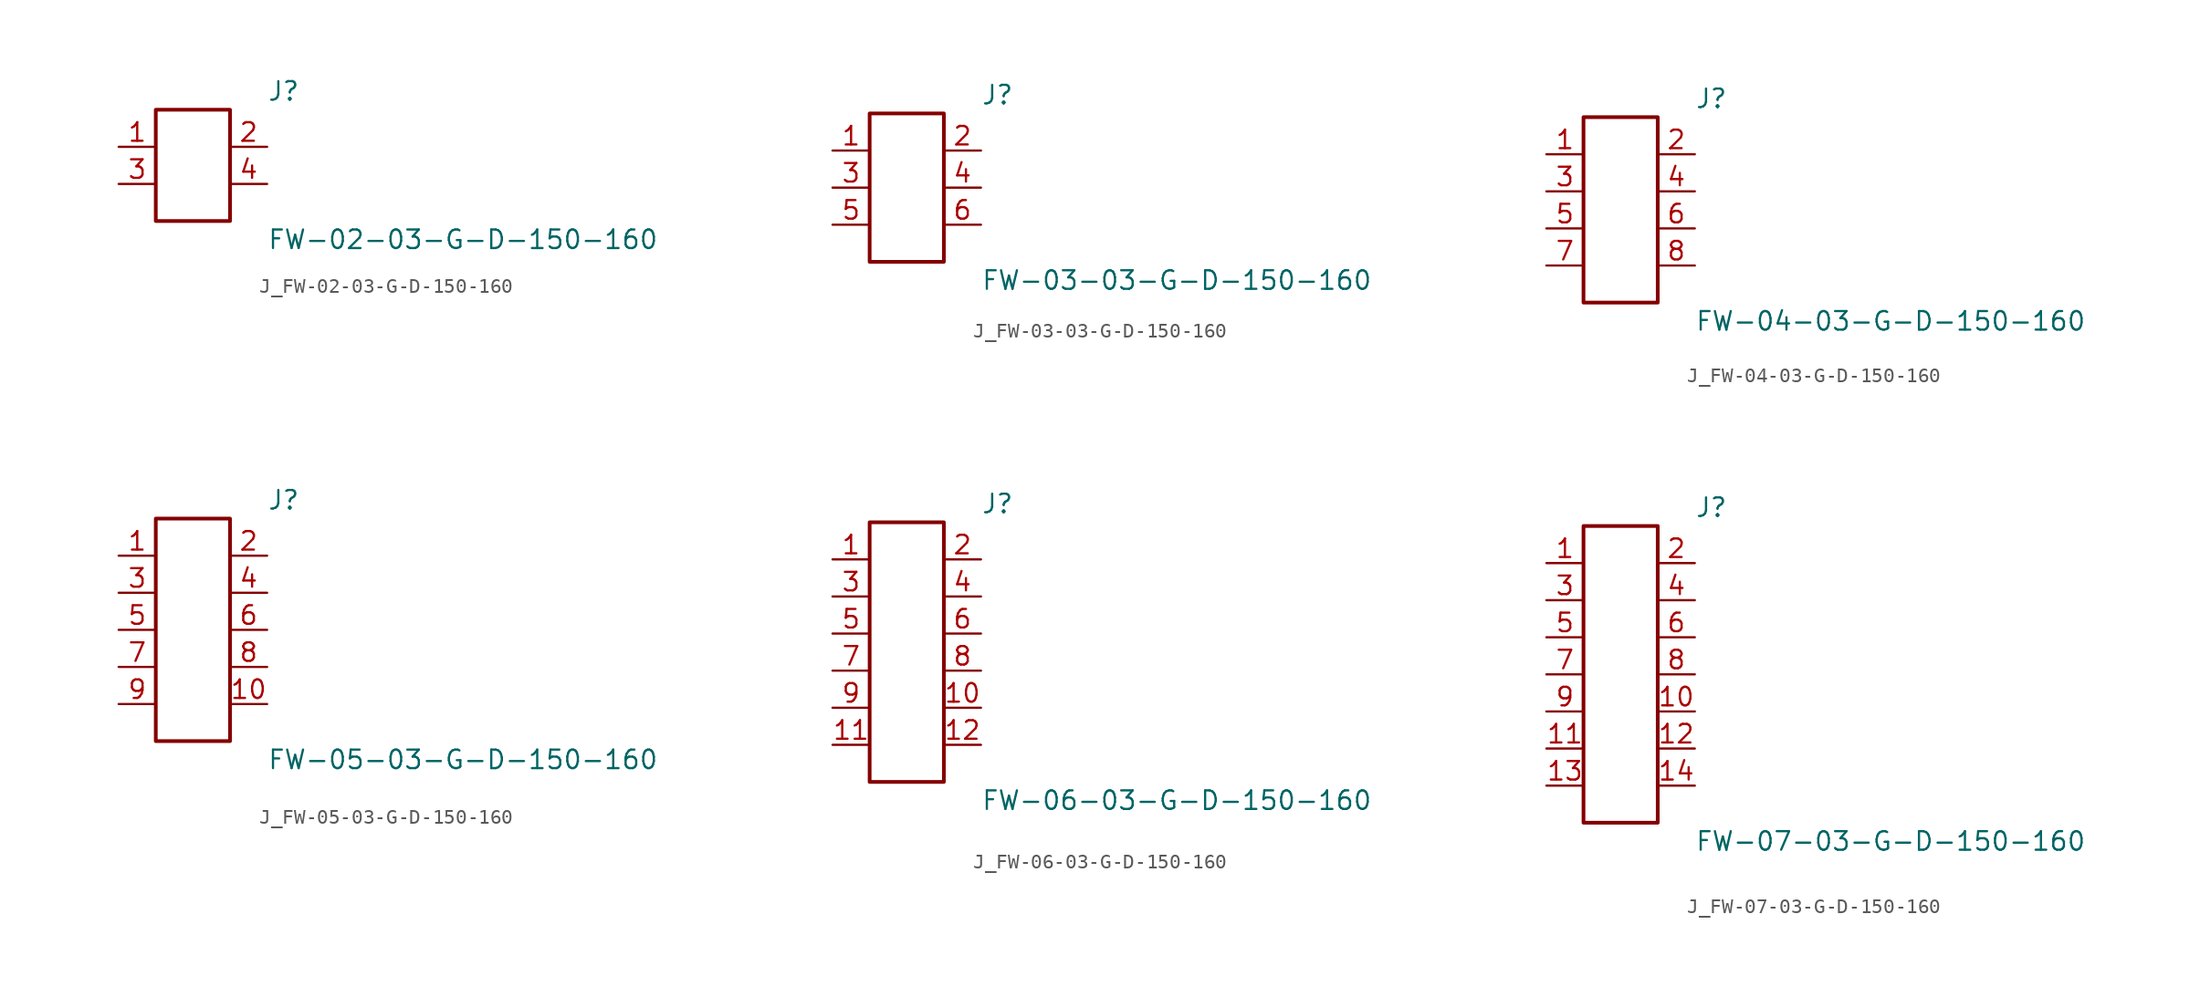
<source format=kicad_sym>
(kicad_symbol_lib
  (version 20231120)
  (generator kicad_symbol_editor)
  (generator_version 8.0)
  (symbol "J_FW-02-03-G-D-150-160"
    (pin_names
      (offset 0.254))
    (property "Reference" "J"
      (at 5.08 5.08 0)
      (effects (font (size 1.27 1.27)) (justify left)))
    (property "Value" "FW-02-03-G-D-150-160"
      (at 5.08 -5.08 0)
      (effects (font (size 1.27 1.27)) (justify left)))
    (symbol "J_FW-02-03-G-D-150-160_0_0"
      (pin passive line (at -5.08 1.27 0) (length 2.54) (name "" (effects (font (size 1.27 1.27)))) (number "1" (effects (font (size 1.27 1.27)))))
      (pin passive line (at 5.08 1.27 180) (length 2.54) (name "" (effects (font (size 1.27 1.27)))) (number "2" (effects (font (size 1.27 1.27)))))
      (pin passive line (at -5.08 -1.27 0) (length 2.54) (name "" (effects (font (size 1.27 1.27)))) (number "3" (effects (font (size 1.27 1.27)))))
      (pin passive line (at 5.08 -1.27 180) (length 2.54) (name "" (effects (font (size 1.27 1.27)))) (number "4" (effects (font (size 1.27 1.27))))))
    (symbol "J_FW-02-03-G-D-150-160_1_0"
      (rectangle (start -2.54 3.81) (end 2.54 -3.81) (stroke (width 0.254) (type solid)) (fill (type none)))))
  (symbol "J_FW-03-03-G-D-150-160"
    (pin_names
      (offset 0.254))
    (property "Reference" "J"
      (at 5.08 6.35 0)
      (effects (font (size 1.27 1.27)) (justify left)))
    (property "Value" "FW-03-03-G-D-150-160"
      (at 5.08 -6.35 0)
      (effects (font (size 1.27 1.27)) (justify left)))
    (symbol "J_FW-03-03-G-D-150-160_0_0"
      (pin passive line (at -5.08 2.54 0) (length 2.54) (name "" (effects (font (size 1.27 1.27)))) (number "1" (effects (font (size 1.27 1.27)))))
      (pin passive line (at 5.08 2.54 180) (length 2.54) (name "" (effects (font (size 1.27 1.27)))) (number "2" (effects (font (size 1.27 1.27)))))
      (pin passive line (at -5.08 0.0 0) (length 2.54) (name "" (effects (font (size 1.27 1.27)))) (number "3" (effects (font (size 1.27 1.27)))))
      (pin passive line (at 5.08 0.0 180) (length 2.54) (name "" (effects (font (size 1.27 1.27)))) (number "4" (effects (font (size 1.27 1.27)))))
      (pin passive line (at -5.08 -2.54 0) (length 2.54) (name "" (effects (font (size 1.27 1.27)))) (number "5" (effects (font (size 1.27 1.27)))))
      (pin passive line (at 5.08 -2.54 180) (length 2.54) (name "" (effects (font (size 1.27 1.27)))) (number "6" (effects (font (size 1.27 1.27))))))
    (symbol "J_FW-03-03-G-D-150-160_1_0"
      (rectangle (start -2.54 5.08) (end 2.54 -5.08) (stroke (width 0.254) (type solid)) (fill (type none)))))
  (symbol "J_FW-04-03-G-D-150-160"
    (pin_names
      (offset 0.254))
    (property "Reference" "J"
      (at 5.08 7.62 0)
      (effects (font (size 1.27 1.27)) (justify left)))
    (property "Value" "FW-04-03-G-D-150-160"
      (at 5.08 -7.62 0)
      (effects (font (size 1.27 1.27)) (justify left)))
    (symbol "J_FW-04-03-G-D-150-160_0_0"
      (pin passive line (at -5.08 3.81 0) (length 2.54) (name "" (effects (font (size 1.27 1.27)))) (number "1" (effects (font (size 1.27 1.27)))))
      (pin passive line (at 5.08 3.81 180) (length 2.54) (name "" (effects (font (size 1.27 1.27)))) (number "2" (effects (font (size 1.27 1.27)))))
      (pin passive line (at -5.08 1.27 0) (length 2.54) (name "" (effects (font (size 1.27 1.27)))) (number "3" (effects (font (size 1.27 1.27)))))
      (pin passive line (at 5.08 1.27 180) (length 2.54) (name "" (effects (font (size 1.27 1.27)))) (number "4" (effects (font (size 1.27 1.27)))))
      (pin passive line (at -5.08 -1.27 0) (length 2.54) (name "" (effects (font (size 1.27 1.27)))) (number "5" (effects (font (size 1.27 1.27)))))
      (pin passive line (at 5.08 -1.27 180) (length 2.54) (name "" (effects (font (size 1.27 1.27)))) (number "6" (effects (font (size 1.27 1.27)))))
      (pin passive line (at -5.08 -3.81 0) (length 2.54) (name "" (effects (font (size 1.27 1.27)))) (number "7" (effects (font (size 1.27 1.27)))))
      (pin passive line (at 5.08 -3.81 180) (length 2.54) (name "" (effects (font (size 1.27 1.27)))) (number "8" (effects (font (size 1.27 1.27))))))
    (symbol "J_FW-04-03-G-D-150-160_1_0"
      (rectangle (start -2.54 6.35) (end 2.54 -6.35) (stroke (width 0.254) (type solid)) (fill (type none)))))
  (symbol "J_FW-05-03-G-D-150-160"
    (pin_names
      (offset 0.254))
    (property "Reference" "J"
      (at 5.08 8.89 0)
      (effects (font (size 1.27 1.27)) (justify left)))
    (property "Value" "FW-05-03-G-D-150-160"
      (at 5.08 -8.89 0)
      (effects (font (size 1.27 1.27)) (justify left)))
    (symbol "J_FW-05-03-G-D-150-160_0_0"
      (pin passive line (at -5.08 5.08 0) (length 2.54) (name "" (effects (font (size 1.27 1.27)))) (number "1" (effects (font (size 1.27 1.27)))))
      (pin passive line (at 5.08 5.08 180) (length 2.54) (name "" (effects (font (size 1.27 1.27)))) (number "2" (effects (font (size 1.27 1.27)))))
      (pin passive line (at -5.08 2.54 0) (length 2.54) (name "" (effects (font (size 1.27 1.27)))) (number "3" (effects (font (size 1.27 1.27)))))
      (pin passive line (at 5.08 2.54 180) (length 2.54) (name "" (effects (font (size 1.27 1.27)))) (number "4" (effects (font (size 1.27 1.27)))))
      (pin passive line (at -5.08 0.0 0) (length 2.54) (name "" (effects (font (size 1.27 1.27)))) (number "5" (effects (font (size 1.27 1.27)))))
      (pin passive line (at 5.08 0.0 180) (length 2.54) (name "" (effects (font (size 1.27 1.27)))) (number "6" (effects (font (size 1.27 1.27)))))
      (pin passive line (at -5.08 -2.54 0) (length 2.54) (name "" (effects (font (size 1.27 1.27)))) (number "7" (effects (font (size 1.27 1.27)))))
      (pin passive line (at 5.08 -2.54 180) (length 2.54) (name "" (effects (font (size 1.27 1.27)))) (number "8" (effects (font (size 1.27 1.27)))))
      (pin passive line (at -5.08 -5.08 0) (length 2.54) (name "" (effects (font (size 1.27 1.27)))) (number "9" (effects (font (size 1.27 1.27)))))
      (pin passive line (at 5.08 -5.08 180) (length 2.54) (name "" (effects (font (size 1.27 1.27)))) (number "10" (effects (font (size 1.27 1.27))))))
    (symbol "J_FW-05-03-G-D-150-160_1_0"
      (rectangle (start -2.54 7.62) (end 2.54 -7.62) (stroke (width 0.254) (type solid)) (fill (type none)))))
  (symbol "J_FW-06-03-G-D-150-160"
    (pin_names
      (offset 0.254))
    (property "Reference" "J"
      (at 5.08 10.16 0)
      (effects (font (size 1.27 1.27)) (justify left)))
    (property "Value" "FW-06-03-G-D-150-160"
      (at 5.08 -10.16 0)
      (effects (font (size 1.27 1.27)) (justify left)))
    (symbol "J_FW-06-03-G-D-150-160_0_0"
      (pin passive line (at -5.08 6.35 0) (length 2.54) (name "" (effects (font (size 1.27 1.27)))) (number "1" (effects (font (size 1.27 1.27)))))
      (pin passive line (at 5.08 6.35 180) (length 2.54) (name "" (effects (font (size 1.27 1.27)))) (number "2" (effects (font (size 1.27 1.27)))))
      (pin passive line (at -5.08 3.81 0) (length 2.54) (name "" (effects (font (size 1.27 1.27)))) (number "3" (effects (font (size 1.27 1.27)))))
      (pin passive line (at 5.08 3.81 180) (length 2.54) (name "" (effects (font (size 1.27 1.27)))) (number "4" (effects (font (size 1.27 1.27)))))
      (pin passive line (at -5.08 1.27 0) (length 2.54) (name "" (effects (font (size 1.27 1.27)))) (number "5" (effects (font (size 1.27 1.27)))))
      (pin passive line (at 5.08 1.27 180) (length 2.54) (name "" (effects (font (size 1.27 1.27)))) (number "6" (effects (font (size 1.27 1.27)))))
      (pin passive line (at -5.08 -1.27 0) (length 2.54) (name "" (effects (font (size 1.27 1.27)))) (number "7" (effects (font (size 1.27 1.27)))))
      (pin passive line (at 5.08 -1.27 180) (length 2.54) (name "" (effects (font (size 1.27 1.27)))) (number "8" (effects (font (size 1.27 1.27)))))
      (pin passive line (at -5.08 -3.81 0) (length 2.54) (name "" (effects (font (size 1.27 1.27)))) (number "9" (effects (font (size 1.27 1.27)))))
      (pin passive line (at 5.08 -3.81 180) (length 2.54) (name "" (effects (font (size 1.27 1.27)))) (number "10" (effects (font (size 1.27 1.27)))))
      (pin passive line (at -5.08 -6.35 0) (length 2.54) (name "" (effects (font (size 1.27 1.27)))) (number "11" (effects (font (size 1.27 1.27)))))
      (pin passive line (at 5.08 -6.35 180) (length 2.54) (name "" (effects (font (size 1.27 1.27)))) (number "12" (effects (font (size 1.27 1.27))))))
    (symbol "J_FW-06-03-G-D-150-160_1_0"
      (rectangle (start -2.54 8.89) (end 2.54 -8.89) (stroke (width 0.254) (type solid)) (fill (type none)))))
  (symbol "J_FW-07-03-G-D-150-160"
    (pin_names
      (offset 0.254))
    (property "Reference" "J"
      (at 5.08 11.43 0)
      (effects (font (size 1.27 1.27)) (justify left)))
    (property "Value" "FW-07-03-G-D-150-160"
      (at 5.08 -11.43 0)
      (effects (font (size 1.27 1.27)) (justify left)))
    (symbol "J_FW-07-03-G-D-150-160_0_0"
      (pin passive line (at -5.08 7.62 0) (length 2.54) (name "" (effects (font (size 1.27 1.27)))) (number "1" (effects (font (size 1.27 1.27)))))
      (pin passive line (at 5.08 7.62 180) (length 2.54) (name "" (effects (font (size 1.27 1.27)))) (number "2" (effects (font (size 1.27 1.27)))))
      (pin passive line (at -5.08 5.08 0) (length 2.54) (name "" (effects (font (size 1.27 1.27)))) (number "3" (effects (font (size 1.27 1.27)))))
      (pin passive line (at 5.08 5.08 180) (length 2.54) (name "" (effects (font (size 1.27 1.27)))) (number "4" (effects (font (size 1.27 1.27)))))
      (pin passive line (at -5.08 2.54 0) (length 2.54) (name "" (effects (font (size 1.27 1.27)))) (number "5" (effects (font (size 1.27 1.27)))))
      (pin passive line (at 5.08 2.54 180) (length 2.54) (name "" (effects (font (size 1.27 1.27)))) (number "6" (effects (font (size 1.27 1.27)))))
      (pin passive line (at -5.08 0.0 0) (length 2.54) (name "" (effects (font (size 1.27 1.27)))) (number "7" (effects (font (size 1.27 1.27)))))
      (pin passive line (at 5.08 0.0 180) (length 2.54) (name "" (effects (font (size 1.27 1.27)))) (number "8" (effects (font (size 1.27 1.27)))))
      (pin passive line (at -5.08 -2.54 0) (length 2.54) (name "" (effects (font (size 1.27 1.27)))) (number "9" (effects (font (size 1.27 1.27)))))
      (pin passive line (at 5.08 -2.54 180) (length 2.54) (name "" (effects (font (size 1.27 1.27)))) (number "10" (effects (font (size 1.27 1.27)))))
      (pin passive line (at -5.08 -5.08 0) (length 2.54) (name "" (effects (font (size 1.27 1.27)))) (number "11" (effects (font (size 1.27 1.27)))))
      (pin passive line (at 5.08 -5.08 180) (length 2.54) (name "" (effects (font (size 1.27 1.27)))) (number "12" (effects (font (size 1.27 1.27)))))
      (pin passive line (at -5.08 -7.62 0) (length 2.54) (name "" (effects (font (size 1.27 1.27)))) (number "13" (effects (font (size 1.27 1.27)))))
      (pin passive line (at 5.08 -7.62 180) (length 2.54) (name "" (effects (font (size 1.27 1.27)))) (number "14" (effects (font (size 1.27 1.27))))))
    (symbol "J_FW-07-03-G-D-150-160_1_0"
      (rectangle (start -2.54 10.16) (end 2.54 -10.16) (stroke (width 0.254) (type solid)) (fill (type none))))))
</source>
